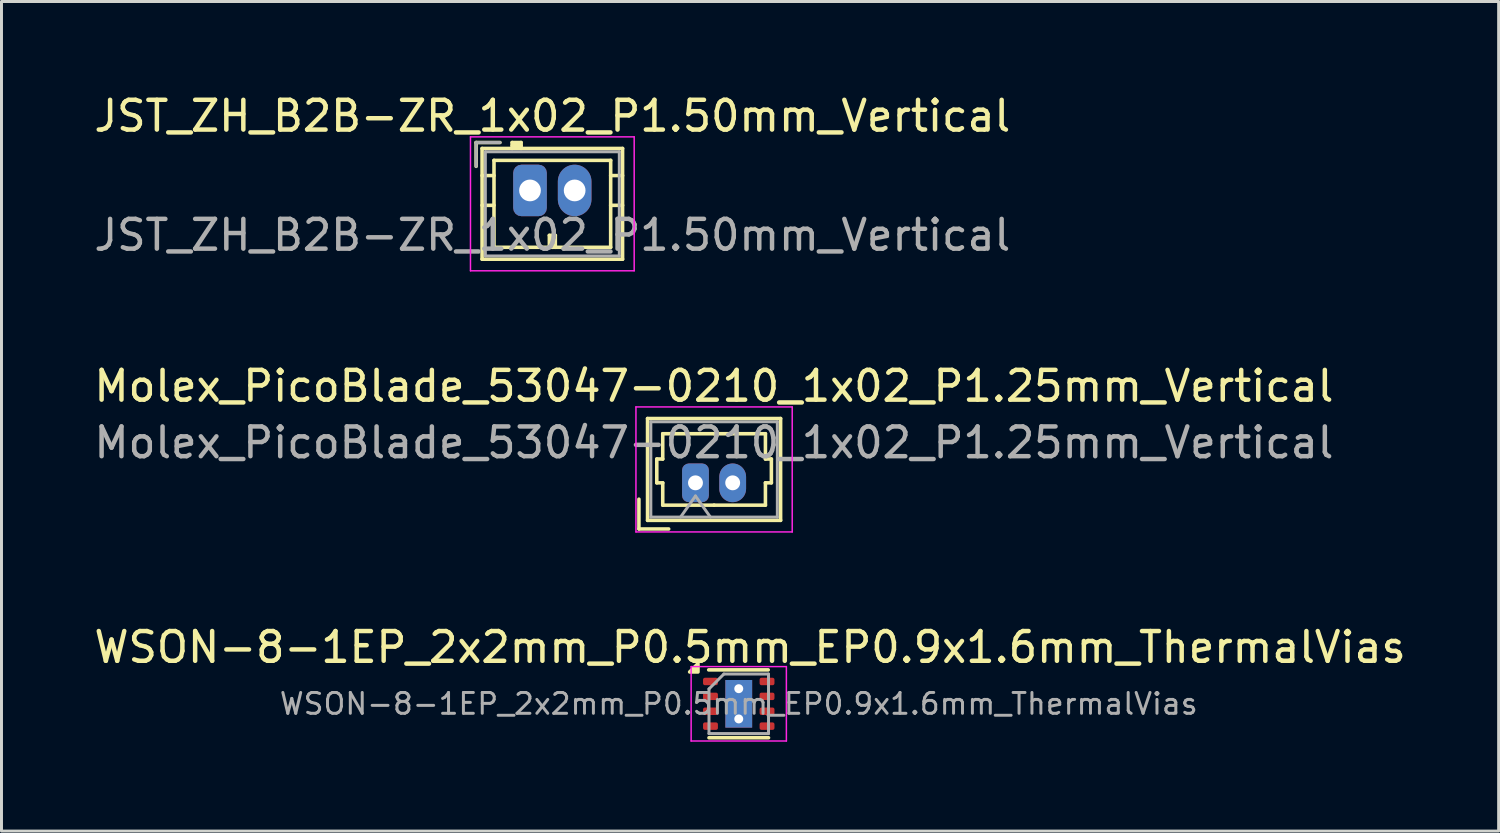
<source format=kicad_pcb>
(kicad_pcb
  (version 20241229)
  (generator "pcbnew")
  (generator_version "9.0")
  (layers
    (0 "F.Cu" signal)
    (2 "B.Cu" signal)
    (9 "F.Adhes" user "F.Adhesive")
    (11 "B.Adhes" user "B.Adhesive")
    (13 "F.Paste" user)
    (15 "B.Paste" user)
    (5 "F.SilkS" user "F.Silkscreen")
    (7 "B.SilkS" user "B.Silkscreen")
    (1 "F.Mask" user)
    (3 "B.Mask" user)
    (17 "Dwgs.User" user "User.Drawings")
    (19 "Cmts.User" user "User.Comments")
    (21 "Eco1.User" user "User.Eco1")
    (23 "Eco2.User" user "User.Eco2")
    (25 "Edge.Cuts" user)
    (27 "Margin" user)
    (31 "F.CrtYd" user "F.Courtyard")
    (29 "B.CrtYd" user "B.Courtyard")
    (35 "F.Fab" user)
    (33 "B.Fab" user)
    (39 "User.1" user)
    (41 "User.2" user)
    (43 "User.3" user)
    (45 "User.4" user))
  (footprint "Molex_PicoBlade_53047-0210_1x02_P1.25mm_Vertical"
    (layer "F.Cu")
    (at 20.315 13.171)
    (property "Reference" "Molex_PicoBlade_53047-0210_1x02_P1.25mm_Vertical" (at 0.62 -3.25 0) (layer "F.SilkS") (effects (font (size 1 1) (thickness 0.15))))
    (attr through_hole)
    (fp_line (start -1.9 1.55) (end -1.9 0.55) (stroke (width 0.12) (type solid)) (layer "F.SilkS"))
    (fp_line (start -1.9 1.55) (end -0.9 1.55) (stroke (width 0.12) (type solid)) (layer "F.SilkS"))
    (fp_line (start -1.61 -2.16) (end -1.61 1.26) (stroke (width 0.12) (type solid)) (layer "F.SilkS"))
    (fp_line (start -1.61 1.26) (end 2.86 1.26) (stroke (width 0.12) (type solid)) (layer "F.SilkS"))
    (fp_line (start -1.3 -0.8) (end -1.1 -0.8) (stroke (width 0.12) (type solid)) (layer "F.SilkS"))
    (fp_line (start -1.3 0) (end -1.3 -0.8) (stroke (width 0.12) (type solid)) (layer "F.SilkS"))
    (fp_line (start -1.1 -1.65) (end 0.625 -1.65) (stroke (width 0.12) (type solid)) (layer "F.SilkS"))
    (fp_line (start -1.1 -0.8) (end -1.1 -1.65) (stroke (width 0.12) (type solid)) (layer "F.SilkS"))
    (fp_line (start -1.1 0) (end -1.3 0) (stroke (width 0.12) (type solid)) (layer "F.SilkS"))
    (fp_line (start -1.1 0.75) (end -1.1 0) (stroke (width 0.12) (type solid)) (layer "F.SilkS"))
    (fp_line (start 0.625 0.75) (end -1.1 0.75) (stroke (width 0.12) (type solid)) (layer "F.SilkS"))
    (fp_line (start 0.625 0.75) (end 2.35 0.75) (stroke (width 0.12) (type solid)) (layer "F.SilkS"))
    (fp_line (start 2.35 -1.65) (end 0.625 -1.65) (stroke (width 0.12) (type solid)) (layer "F.SilkS"))
    (fp_line (start 2.35 -0.8) (end 2.35 -1.65) (stroke (width 0.12) (type solid)) (layer "F.SilkS"))
    (fp_line (start 2.35 0) (end 2.55 0) (stroke (width 0.12) (type solid)) (layer "F.SilkS"))
    (fp_line (start 2.35 0.75) (end 2.35 0) (stroke (width 0.12) (type solid)) (layer "F.SilkS"))
    (fp_line (start 2.55 -0.8) (end 2.35 -0.8) (stroke (width 0.12) (type solid)) (layer "F.SilkS"))
    (fp_line (start 2.55 0) (end 2.55 -0.8) (stroke (width 0.12) (type solid)) (layer "F.SilkS"))
    (fp_line (start 2.86 -2.16) (end -1.61 -2.16) (stroke (width 0.12) (type solid)) (layer "F.SilkS"))
    (fp_line (start 2.86 1.26) (end 2.86 -2.16) (stroke (width 0.12) (type solid)) (layer "F.SilkS"))
    (fp_line (start -2 -2.55) (end -2 1.65) (stroke (width 0.05) (type solid)) (layer "F.CrtYd"))
    (fp_line (start -2 1.65) (end 3.25 1.65) (stroke (width 0.05) (type solid)) (layer "F.CrtYd"))
    (fp_line (start 3.25 -2.55) (end -2 -2.55) (stroke (width 0.05) (type solid)) (layer "F.CrtYd"))
    (fp_line (start 3.25 1.65) (end 3.25 -2.55) (stroke (width 0.05) (type solid)) (layer "F.CrtYd"))
    (fp_line (start -1.5 -2.05) (end -1.5 1.15) (stroke (width 0.1) (type solid)) (layer "F.Fab"))
    (fp_line (start -1.5 1.15) (end 2.75 1.15) (stroke (width 0.1) (type solid)) (layer "F.Fab"))
    (fp_line (start -0.5 1.15) (end 0 0.443) (stroke (width 0.1) (type solid)) (layer "F.Fab"))
    (fp_line (start 0 0.443) (end 0.5 1.15) (stroke (width 0.1) (type solid)) (layer "F.Fab"))
    (fp_line (start 2.75 -2.05) (end -1.5 -2.05) (stroke (width 0.1) (type solid)) (layer "F.Fab"))
    (fp_line (start 2.75 1.15) (end 2.75 -2.05) (stroke (width 0.1) (type solid)) (layer "F.Fab"))
    (fp_text user "${REFERENCE}" (at 0.62 -1.35 0) (layer "F.Fab") (effects (font (size 1 1) (thickness 0.15))))
    (pad "1" thru_hole roundrect (at 0 0) (size 0.9 1.3) (drill 0.5) (layers "*.Cu" "*.Mask") (roundrect_rratio 0.25))
    (pad "2" thru_hole oval (at 1.25 0) (size 0.9 1.3) (drill 0.5) (layers "*.Cu" "*.Mask")))
  (footprint "WSON-8-1EP_2x2mm_P0.5mm_EP0.9x1.6mm_ThermalVias"
    (layer "F.Cu")
    (at 21.769 20.595)
    (property "Reference" "WSON-8-1EP_2x2mm_P0.5mm_EP0.9x1.6mm_ThermalVias" (at 0.38 -1.9 0) (layer "F.SilkS") (effects (font (size 1 1) (thickness 0.15))))
    (attr smd)
    (fp_line (start -1.01 -1.14) (end 0.99 -1.14) (stroke (width 0.12) (type solid)) (layer "F.SilkS"))
    (fp_line (start -1 1.14) (end 1 1.14) (stroke (width 0.12) (type solid)) (layer "F.SilkS"))
    (fp_poly (pts (xy -1.37 -1.07) (xy -1.65 -1.07) (xy -1.37 -1.35) (xy -1.37 -1.07)) (stroke (width 0.12) (type solid)) (fill yes) (layer "F.SilkS"))
    (fp_line (start -1.6 -1.25) (end -1.6 1.25) (stroke (width 0.05) (type solid)) (layer "F.CrtYd"))
    (fp_line (start -1.6 -1.25) (end 1.6 -1.25) (stroke (width 0.05) (type solid)) (layer "F.CrtYd"))
    (fp_line (start -1.6 1.25) (end 1.6 1.25) (stroke (width 0.05) (type solid)) (layer "F.CrtYd"))
    (fp_line (start 1.6 -1.25) (end 1.6 1.25) (stroke (width 0.05) (type solid)) (layer "F.CrtYd"))
    (fp_line (start -1 1) (end -1 -0.5) (stroke (width 0.1) (type solid)) (layer "F.Fab"))
    (fp_line (start -0.5 -1) (end -1 -0.5) (stroke (width 0.1) (type solid)) (layer "F.Fab"))
    (fp_line (start -0.5 -1) (end 1 -1) (stroke (width 0.1) (type solid)) (layer "F.Fab"))
    (fp_line (start 1 -1) (end 1 1) (stroke (width 0.1) (type solid)) (layer "F.Fab"))
    (fp_line (start 1 1) (end -1 1) (stroke (width 0.1) (type solid)) (layer "F.Fab"))
    (fp_text user "${REFERENCE}" (at 0 0 0) (layer "F.Fab") (effects (font (size 0.7 0.7) (thickness 0.1))))
    (pad "" smd rect (at 0 -0.4) (size 0.75 0.65) (layers "F.Paste"))
    (pad "" smd rect (at 0 0.4) (size 0.75 0.65) (layers "F.Paste"))
    (pad "1" smd roundrect (at -0.95 -0.75) (size 0.5 0.25) (layers "F.Cu" "F.Mask" "F.Paste") (roundrect_rratio 0.25))
    (pad "2" smd roundrect (at -0.95 -0.25) (size 0.5 0.25) (layers "F.Cu" "F.Mask" "F.Paste") (roundrect_rratio 0.25))
    (pad "3" smd roundrect (at -0.95 0.25) (size 0.5 0.25) (layers "F.Cu" "F.Mask" "F.Paste") (roundrect_rratio 0.25))
    (pad "4" smd roundrect (at -0.95 0.75) (size 0.5 0.25) (layers "F.Cu" "F.Mask" "F.Paste") (roundrect_rratio 0.25))
    (pad "5" smd roundrect (at 0.95 0.75) (size 0.5 0.25) (layers "F.Cu" "F.Mask" "F.Paste") (roundrect_rratio 0.25))
    (pad "6" smd roundrect (at 0.95 0.25) (size 0.5 0.25) (layers "F.Cu" "F.Mask" "F.Paste") (roundrect_rratio 0.25))
    (pad "7" smd roundrect (at 0.95 -0.25) (size 0.5 0.25) (layers "F.Cu" "F.Mask" "F.Paste") (roundrect_rratio 0.25))
    (pad "8" smd roundrect (at 0.95 -0.75) (size 0.5 0.25) (layers "F.Cu" "F.Mask" "F.Paste") (roundrect_rratio 0.25))
    (pad "9" thru_hole circle (at 0 -0.508) (size 0.5 0.5) (drill 0.3) (layers "*.Cu"))
    (pad "9" smd rect (at 0 0) (size 0.9 1.6) (layers "F.Cu" "F.Mask"))
    (pad "9" smd rect (at 0 0) (size 0.9 1.6) (layers "B.Cu"))
    (pad "9" thru_hole circle (at 0 0.508) (size 0.5 0.5) (drill 0.3) (layers "*.Cu")))
  (footprint "JST_ZH_B2B-ZR_1x02_P1.50mm_Vertical"
    (layer "F.Cu")
    (at 14.756 3.348)
    (property "Reference" "JST_ZH_B2B-ZR_1x02_P1.50mm_Vertical" (at 0.75 -2.5 0) (layer "F.SilkS") (effects (font (size 1 1) (thickness 0.15))))
    (attr through_hole)
    (fp_line (start -1.81 -1.61) (end -1.81 -0.81) (stroke (width 0.12) (type solid)) (layer "F.SilkS"))
    (fp_line (start -1.61 -1.41) (end -1.61 2.31) (stroke (width 0.12) (type solid)) (layer "F.SilkS"))
    (fp_line (start -1.61 -0.5) (end -1.21 -0.5) (stroke (width 0.12) (type solid)) (layer "F.SilkS"))
    (fp_line (start -1.61 0.5) (end -1.21 0.5) (stroke (width 0.12) (type solid)) (layer "F.SilkS"))
    (fp_line (start -1.61 2.31) (end 3.11 2.31) (stroke (width 0.12) (type solid)) (layer "F.SilkS"))
    (fp_line (start -1.21 -1.01) (end -1.21 1.91) (stroke (width 0.12) (type solid)) (layer "F.SilkS"))
    (fp_line (start -1.21 1.91) (end 2.71 1.91) (stroke (width 0.12) (type solid)) (layer "F.SilkS"))
    (fp_line (start -1.01 -1.61) (end -1.81 -1.61) (stroke (width 0.12) (type solid)) (layer "F.SilkS"))
    (fp_line (start -0.6 -1.61) (end -0.6 -1.41) (stroke (width 0.12) (type solid)) (layer "F.SilkS"))
    (fp_line (start -0.3 -1.61) (end -0.6 -1.61) (stroke (width 0.12) (type solid)) (layer "F.SilkS"))
    (fp_line (start -0.3 -1.51) (end -0.6 -1.51) (stroke (width 0.12) (type solid)) (layer "F.SilkS"))
    (fp_line (start -0.3 -1.41) (end -0.3 -1.61) (stroke (width 0.12) (type solid)) (layer "F.SilkS"))
    (fp_line (start 0.65 1.51) (end 0.85 1.51) (stroke (width 0.12) (type solid)) (layer "F.SilkS"))
    (fp_line (start 0.65 1.91) (end 0.65 1.51) (stroke (width 0.12) (type solid)) (layer "F.SilkS"))
    (fp_line (start 0.75 1.91) (end 0.75 1.51) (stroke (width 0.12) (type solid)) (layer "F.SilkS"))
    (fp_line (start 0.85 1.51) (end 0.85 1.91) (stroke (width 0.12) (type solid)) (layer "F.SilkS"))
    (fp_line (start 2.71 -1.01) (end -1.21 -1.01) (stroke (width 0.12) (type solid)) (layer "F.SilkS"))
    (fp_line (start 2.71 1.91) (end 2.71 -1.01) (stroke (width 0.12) (type solid)) (layer "F.SilkS"))
    (fp_line (start 3.11 -1.41) (end -1.61 -1.41) (stroke (width 0.12) (type solid)) (layer "F.SilkS"))
    (fp_line (start 3.11 -0.5) (end 2.71 -0.5) (stroke (width 0.12) (type solid)) (layer "F.SilkS"))
    (fp_line (start 3.11 0.5) (end 2.71 0.5) (stroke (width 0.12) (type solid)) (layer "F.SilkS"))
    (fp_line (start 3.11 2.31) (end 3.11 -1.41) (stroke (width 0.12) (type solid)) (layer "F.SilkS"))
    (fp_line (start -2 -1.8) (end -2 2.7) (stroke (width 0.05) (type solid)) (layer "F.CrtYd"))
    (fp_line (start -2 2.7) (end 3.5 2.7) (stroke (width 0.05) (type solid)) (layer "F.CrtYd"))
    (fp_line (start 3.5 -1.8) (end -2 -1.8) (stroke (width 0.05) (type solid)) (layer "F.CrtYd"))
    (fp_line (start 3.5 2.7) (end 3.5 -1.8) (stroke (width 0.05) (type solid)) (layer "F.CrtYd"))
    (fp_line (start -1.81 -1.61) (end -1.81 -0.81) (stroke (width 0.1) (type solid)) (layer "F.Fab"))
    (fp_line (start -1.5 -1.3) (end -1.5 2.2) (stroke (width 0.1) (type solid)) (layer "F.Fab"))
    (fp_line (start -1.5 2.2) (end 3 2.2) (stroke (width 0.1) (type solid)) (layer "F.Fab"))
    (fp_line (start -1.01 -1.61) (end -1.81 -1.61) (stroke (width 0.1) (type solid)) (layer "F.Fab"))
    (fp_line (start 3 -1.3) (end -1.5 -1.3) (stroke (width 0.1) (type solid)) (layer "F.Fab"))
    (fp_line (start 3 2.2) (end 3 -1.3) (stroke (width 0.1) (type solid)) (layer "F.Fab"))
    (fp_text user "${REFERENCE}" (at 0.75 1.5 0) (layer "F.Fab") (effects (font (size 1 1) (thickness 0.15))))
    (pad "1" thru_hole roundrect (at 0 0) (size 1.13 1.73) (drill 0.73) (layers "*.Cu" "*.Mask") (roundrect_rratio 0.243))
    (pad "2" thru_hole oval (at 1.5 0) (size 1.13 1.73) (drill 0.73) (layers "*.Cu" "*.Mask")))
  (gr_rect
    (start -3 -3)
    (end 47.298 24.87)
    (stroke (width 0.1) (type default))
    (fill no)
    (layer "Edge.Cuts")))
</source>
